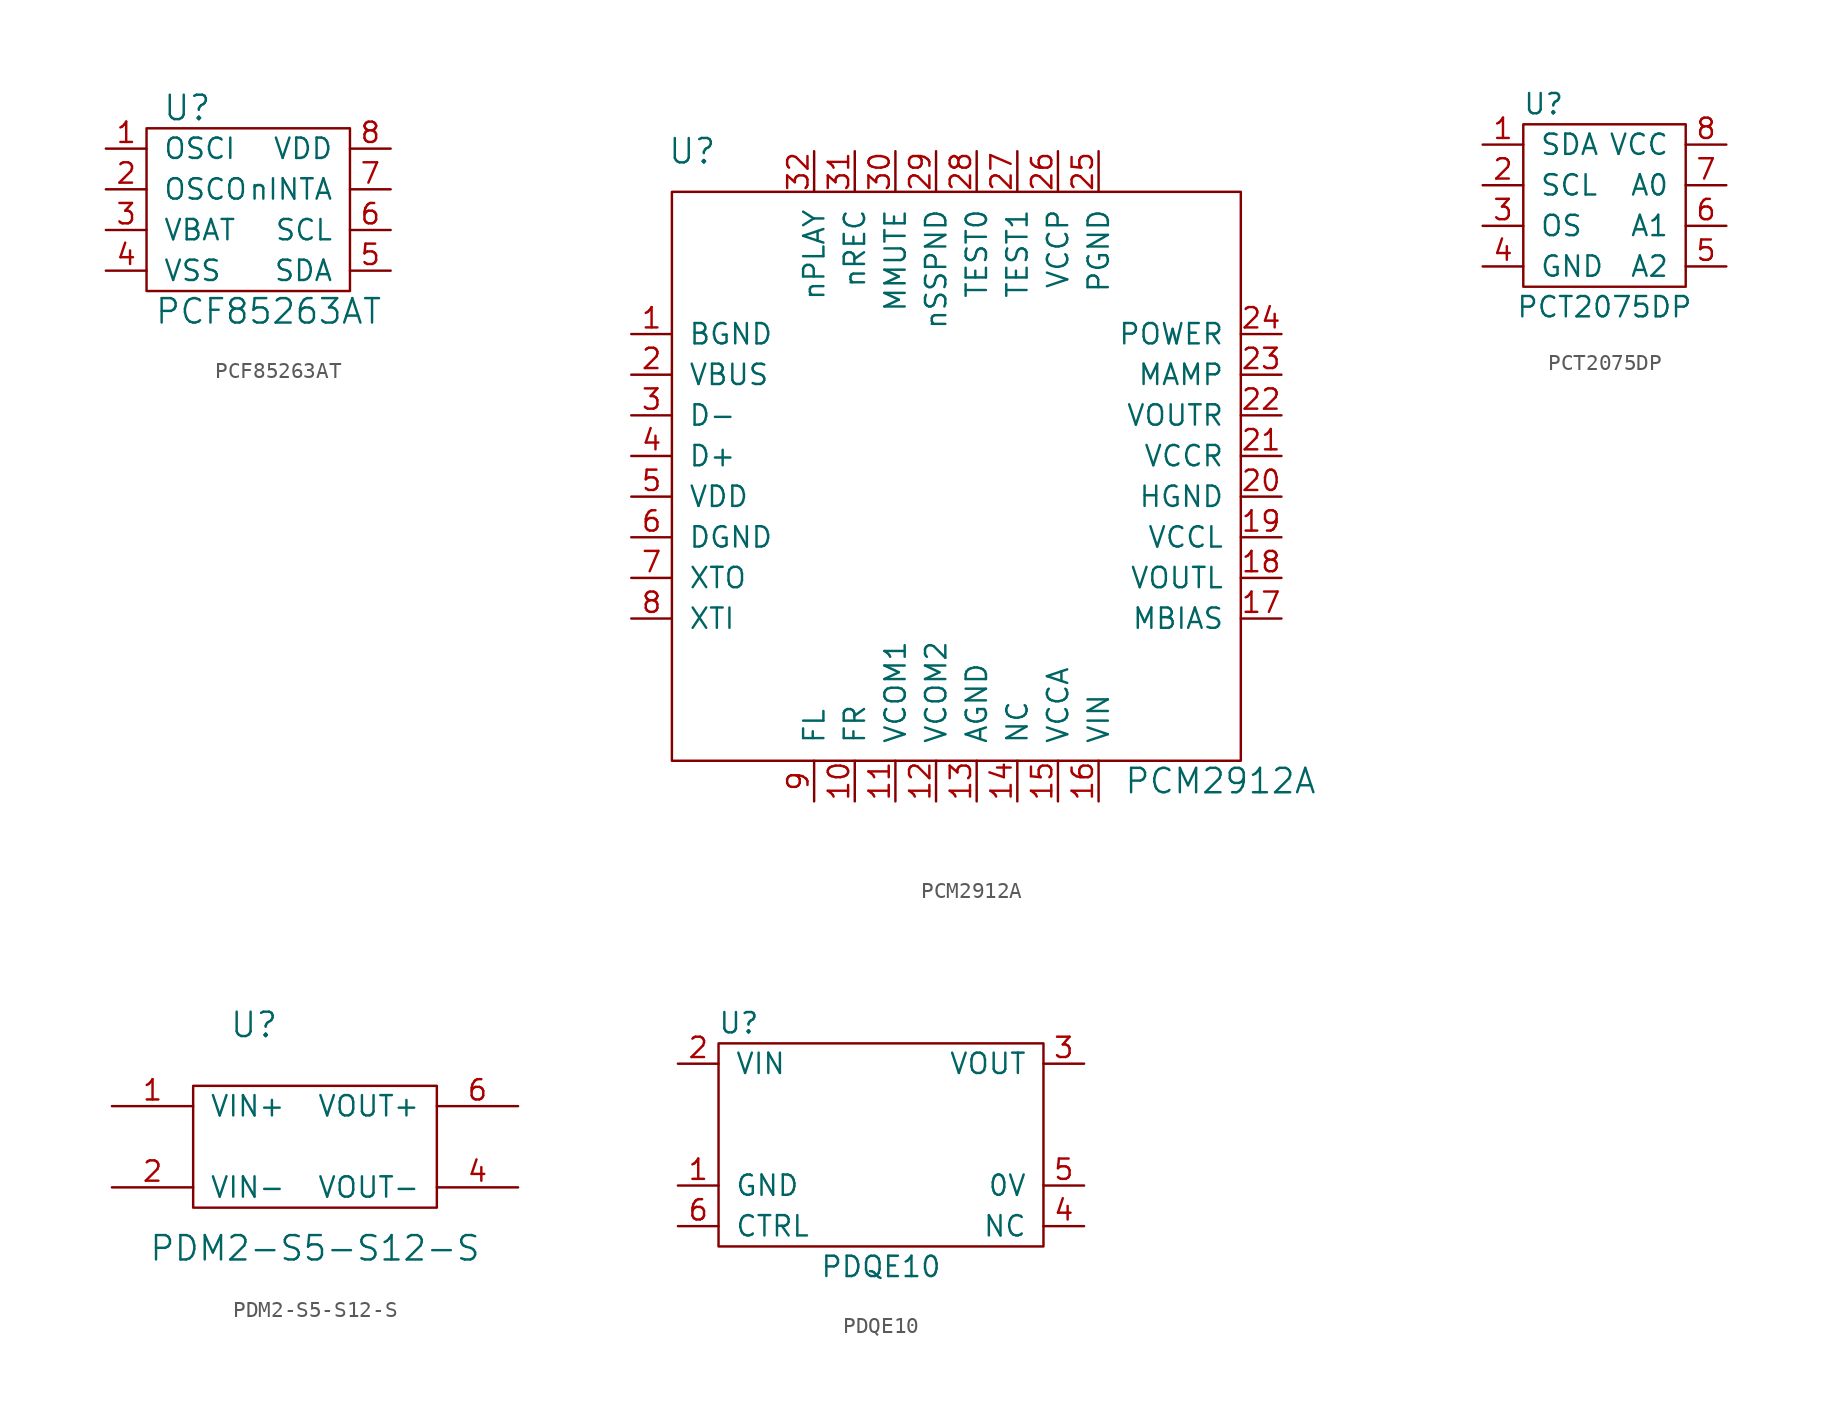
<source format=kicad_sym>
(kicad_symbol_lib
  (version 20210619)
  (generator kicad_symbol_editor)
  (symbol "tinkerforge:PCF85263AT"
    (pin_names
      (offset 1.016))
    (property "Reference" "U"
      (at -3.81 6.35 0)
      (effects (font (size 1.524 1.524))))
    (property "Value" "PCF85263AT"
      (at 1.27 -6.35 0)
      (effects (font (size 1.524 1.524))))
    (property "Footprint" ""
      (at 12.7 -5.08 0)
      (effects (font (size 1.524 1.524))))
    (property "Datasheet" ""
      (at 12.7 -5.08 0)
      (effects (font (size 1.524 1.524))))
    (symbol "PCF85263AT_0_1"
      (rectangle (start -6.35 5.08) (end 6.35 -5.08) (stroke (width 0)) (fill (type none))))
    (symbol "PCF85263AT_1_1"
      (pin passive line (at -8.89 3.81 0) (length 2.54) (name "OSCI" (effects (font (size 1.27 1.27)))) (number "1" (effects (font (size 1.27 1.27)))))
      (pin passive line (at -8.89 1.27 0) (length 2.54) (name "OSCO" (effects (font (size 1.27 1.27)))) (number "2" (effects (font (size 1.27 1.27)))))
      (pin passive line (at -8.89 -1.27 0) (length 2.54) (name "VBAT" (effects (font (size 1.27 1.27)))) (number "3" (effects (font (size 1.27 1.27)))))
      (pin passive line (at -8.89 -3.81 0) (length 2.54) (name "VSS" (effects (font (size 1.27 1.27)))) (number "4" (effects (font (size 1.27 1.27)))))
      (pin passive line (at 8.89 -3.81 180) (length 2.54) (name "SDA" (effects (font (size 1.27 1.27)))) (number "5" (effects (font (size 1.27 1.27)))))
      (pin passive line (at 8.89 -1.27 180) (length 2.54) (name "SCL" (effects (font (size 1.27 1.27)))) (number "6" (effects (font (size 1.27 1.27)))))
      (pin passive line (at 8.89 1.27 180) (length 2.54) (name "nINTA" (effects (font (size 1.27 1.27)))) (number "7" (effects (font (size 1.27 1.27)))))
      (pin passive line (at 8.89 3.81 180) (length 2.54) (name "VDD" (effects (font (size 1.27 1.27)))) (number "8" (effects (font (size 1.27 1.27)))))))
  (symbol "tinkerforge:PCM2912A"
    (pin_names
      (offset 1.016))
    (property "Reference" "U"
      (at -16.51 20.32 0)
      (effects (font (size 1.524 1.524))))
    (property "Value" "PCM2912A"
      (at 16.51 -19.05 0)
      (effects (font (size 1.524 1.524))))
    (property "Footprint" ""
      (at 0 0 0)
      (effects (font (size 1.524 1.524))))
    (property "Datasheet" ""
      (at 0 0 0)
      (effects (font (size 1.524 1.524))))
    (symbol "PCM2912A_0_1"
      (rectangle (start 17.78 17.78) (end -17.78 -17.78) (stroke (width 0)) (fill (type none))))
    (symbol "PCM2912A_1_1"
      (pin passive line (at -20.32 8.89 0) (length 2.54) (name "BGND" (effects (font (size 1.27 1.27)))) (number "1" (effects (font (size 1.27 1.27)))))
      (pin passive line (at -6.35 -20.32 90) (length 2.54) (name "FR" (effects (font (size 1.27 1.27)))) (number "10" (effects (font (size 1.27 1.27)))))
      (pin passive line (at -3.81 -20.32 90) (length 2.54) (name "VCOM1" (effects (font (size 1.27 1.27)))) (number "11" (effects (font (size 1.27 1.27)))))
      (pin passive line (at -1.27 -20.32 90) (length 2.54) (name "VCOM2" (effects (font (size 1.27 1.27)))) (number "12" (effects (font (size 1.27 1.27)))))
      (pin passive line (at 1.27 -20.32 90) (length 2.54) (name "AGND" (effects (font (size 1.27 1.27)))) (number "13" (effects (font (size 1.27 1.27)))))
      (pin passive line (at 3.81 -20.32 90) (length 2.54) (name "NC" (effects (font (size 1.27 1.27)))) (number "14" (effects (font (size 1.27 1.27)))))
      (pin passive line (at 6.35 -20.32 90) (length 2.54) (name "VCCA" (effects (font (size 1.27 1.27)))) (number "15" (effects (font (size 1.27 1.27)))))
      (pin passive line (at 8.89 -20.32 90) (length 2.54) (name "VIN" (effects (font (size 1.27 1.27)))) (number "16" (effects (font (size 1.27 1.27)))))
      (pin passive line (at 20.32 -8.89 180) (length 2.54) (name "MBIAS" (effects (font (size 1.27 1.27)))) (number "17" (effects (font (size 1.27 1.27)))))
      (pin passive line (at 20.32 -6.35 180) (length 2.54) (name "VOUTL" (effects (font (size 1.27 1.27)))) (number "18" (effects (font (size 1.27 1.27)))))
      (pin passive line (at 20.32 -3.81 180) (length 2.54) (name "VCCL" (effects (font (size 1.27 1.27)))) (number "19" (effects (font (size 1.27 1.27)))))
      (pin passive line (at -20.32 6.35 0) (length 2.54) (name "VBUS" (effects (font (size 1.27 1.27)))) (number "2" (effects (font (size 1.27 1.27)))))
      (pin passive line (at 20.32 -1.27 180) (length 2.54) (name "HGND" (effects (font (size 1.27 1.27)))) (number "20" (effects (font (size 1.27 1.27)))))
      (pin passive line (at 20.32 1.27 180) (length 2.54) (name "VCCR" (effects (font (size 1.27 1.27)))) (number "21" (effects (font (size 1.27 1.27)))))
      (pin passive line (at 20.32 3.81 180) (length 2.54) (name "VOUTR" (effects (font (size 1.27 1.27)))) (number "22" (effects (font (size 1.27 1.27)))))
      (pin passive line (at 20.32 6.35 180) (length 2.54) (name "MAMP" (effects (font (size 1.27 1.27)))) (number "23" (effects (font (size 1.27 1.27)))))
      (pin passive line (at 20.32 8.89 180) (length 2.54) (name "POWER" (effects (font (size 1.27 1.27)))) (number "24" (effects (font (size 1.27 1.27)))))
      (pin passive line (at 8.89 20.32 270) (length 2.54) (name "PGND" (effects (font (size 1.27 1.27)))) (number "25" (effects (font (size 1.27 1.27)))))
      (pin passive line (at 6.35 20.32 270) (length 2.54) (name "VCCP" (effects (font (size 1.27 1.27)))) (number "26" (effects (font (size 1.27 1.27)))))
      (pin passive line (at 3.81 20.32 270) (length 2.54) (name "TEST1" (effects (font (size 1.27 1.27)))) (number "27" (effects (font (size 1.27 1.27)))))
      (pin passive line (at 1.27 20.32 270) (length 2.54) (name "TEST0" (effects (font (size 1.27 1.27)))) (number "28" (effects (font (size 1.27 1.27)))))
      (pin passive line (at -1.27 20.32 270) (length 2.54) (name "nSSPND" (effects (font (size 1.27 1.27)))) (number "29" (effects (font (size 1.27 1.27)))))
      (pin passive line (at -20.32 3.81 0) (length 2.54) (name "D-" (effects (font (size 1.27 1.27)))) (number "3" (effects (font (size 1.27 1.27)))))
      (pin passive line (at -3.81 20.32 270) (length 2.54) (name "MMUTE" (effects (font (size 1.27 1.27)))) (number "30" (effects (font (size 1.27 1.27)))))
      (pin passive line (at -6.35 20.32 270) (length 2.54) (name "nREC" (effects (font (size 1.27 1.27)))) (number "31" (effects (font (size 1.27 1.27)))))
      (pin passive line (at -8.89 20.32 270) (length 2.54) (name "nPLAY" (effects (font (size 1.27 1.27)))) (number "32" (effects (font (size 1.27 1.27)))))
      (pin passive line (at -20.32 1.27 0) (length 2.54) (name "D+" (effects (font (size 1.27 1.27)))) (number "4" (effects (font (size 1.27 1.27)))))
      (pin passive line (at -20.32 -1.27 0) (length 2.54) (name "VDD" (effects (font (size 1.27 1.27)))) (number "5" (effects (font (size 1.27 1.27)))))
      (pin passive line (at -20.32 -3.81 0) (length 2.54) (name "DGND" (effects (font (size 1.27 1.27)))) (number "6" (effects (font (size 1.27 1.27)))))
      (pin passive line (at -20.32 -6.35 0) (length 2.54) (name "XTO" (effects (font (size 1.27 1.27)))) (number "7" (effects (font (size 1.27 1.27)))))
      (pin passive line (at -20.32 -8.89 0) (length 2.54) (name "XTI" (effects (font (size 1.27 1.27)))) (number "8" (effects (font (size 1.27 1.27)))))
      (pin passive line (at -8.89 -20.32 90) (length 2.54) (name "FL" (effects (font (size 1.27 1.27)))) (number "9" (effects (font (size 1.27 1.27)))))))
  (symbol "tinkerforge:PCT2075DP"
    (pin_names
      (offset 1.016))
    (property "Reference" "U"
      (at -3.81 6.35 0)
      (effects (font (size 1.27 1.27))))
    (property "Value" "PCT2075DP"
      (at 0 -6.35 0)
      (effects (font (size 1.27 1.27))))
    (symbol "PCT2075DP_0_1"
      (rectangle (start -5.08 5.08) (end 5.08 -5.08) (stroke (width 0)) (fill (type none))))
    (symbol "PCT2075DP_1_1"
      (pin passive line (at -7.62 3.81 0) (length 2.54) (name "SDA" (effects (font (size 1.27 1.27)))) (number "1" (effects (font (size 1.27 1.27)))))
      (pin passive line (at -7.62 1.27 0) (length 2.54) (name "SCL" (effects (font (size 1.27 1.27)))) (number "2" (effects (font (size 1.27 1.27)))))
      (pin passive line (at -7.62 -1.27 0) (length 2.54) (name "OS" (effects (font (size 1.27 1.27)))) (number "3" (effects (font (size 1.27 1.27)))))
      (pin passive line (at -7.62 -3.81 0) (length 2.54) (name "GND" (effects (font (size 1.27 1.27)))) (number "4" (effects (font (size 1.27 1.27)))))
      (pin passive line (at 7.62 -3.81 180) (length 2.54) (name "A2" (effects (font (size 1.27 1.27)))) (number "5" (effects (font (size 1.27 1.27)))))
      (pin passive line (at 7.62 -1.27 180) (length 2.54) (name "A1" (effects (font (size 1.27 1.27)))) (number "6" (effects (font (size 1.27 1.27)))))
      (pin passive line (at 7.62 1.27 180) (length 2.54) (name "A0" (effects (font (size 1.27 1.27)))) (number "7" (effects (font (size 1.27 1.27)))))
      (pin passive line (at 7.62 3.81 180) (length 2.54) (name "VCC" (effects (font (size 1.27 1.27)))) (number "8" (effects (font (size 1.27 1.27)))))))
  (symbol "tinkerforge:PDM2-S5-S12-S"
    (pin_names
      (offset 1.016))
    (property "Reference" "U"
      (at -3.81 7.62 0)
      (effects (font (size 1.524 1.524))))
    (property "Value" "PDM2-S5-S12-S"
      (at 0 -6.35 0)
      (effects (font (size 1.524 1.524))))
    (property "Footprint" ""
      (at 0 0 0)
      (effects (font (size 1.524 1.524))))
    (property "Datasheet" ""
      (at 0 0 0)
      (effects (font (size 1.524 1.524))))
    (symbol "PDM2-S5-S12-S_0_1"
      (rectangle (start -7.62 3.81) (end 7.62 -3.81) (stroke (width 0)) (fill (type none))))
    (symbol "PDM2-S5-S12-S_1_1"
      (pin input line (at -12.7 2.54 0) (length 5.08) (name "VIN+" (effects (font (size 1.27 1.27)))) (number "1" (effects (font (size 1.27 1.27)))))
      (pin input line (at -12.7 -2.54 0) (length 5.08) (name "VIN-" (effects (font (size 1.27 1.27)))) (number "2" (effects (font (size 1.27 1.27)))))
      (pin input line (at 12.7 -2.54 180) (length 5.08) (name "VOUT-" (effects (font (size 1.27 1.27)))) (number "4" (effects (font (size 1.27 1.27)))))
      (pin input line (at 12.7 2.54 180) (length 5.08) (name "VOUT+" (effects (font (size 1.27 1.27)))) (number "6" (effects (font (size 1.27 1.27)))))))
  (symbol "tinkerforge:PDQE10"
    (pin_names
      (offset 1.016))
    (property "Reference" "U"
      (at -8.89 7.62 0)
      (effects (font (size 1.27 1.27))))
    (property "Value" "PDQE10"
      (at 0 -7.62 0)
      (effects (font (size 1.27 1.27))))
    (symbol "PDQE10_0_1"
      (rectangle (start -10.16 6.35) (end 10.16 -6.35) (stroke (width 0)) (fill (type none))))
    (symbol "PDQE10_1_1"
      (pin passive line (at -12.7 -2.54 0) (length 2.54) (name "GND" (effects (font (size 1.27 1.27)))) (number "1" (effects (font (size 1.27 1.27)))))
      (pin passive line (at -12.7 5.08 0) (length 2.54) (name "VIN" (effects (font (size 1.27 1.27)))) (number "2" (effects (font (size 1.27 1.27)))))
      (pin passive line (at 12.7 5.08 180) (length 2.54) (name "VOUT" (effects (font (size 1.27 1.27)))) (number "3" (effects (font (size 1.27 1.27)))))
      (pin passive line (at 12.7 -5.08 180) (length 2.54) (name "NC" (effects (font (size 1.27 1.27)))) (number "4" (effects (font (size 1.27 1.27)))))
      (pin passive line (at 12.7 -2.54 180) (length 2.54) (name "0V" (effects (font (size 1.27 1.27)))) (number "5" (effects (font (size 1.27 1.27)))))
      (pin passive line (at -12.7 -5.08 0) (length 2.54) (name "CTRL" (effects (font (size 1.27 1.27)))) (number "6" (effects (font (size 1.27 1.27))))))))
</source>
